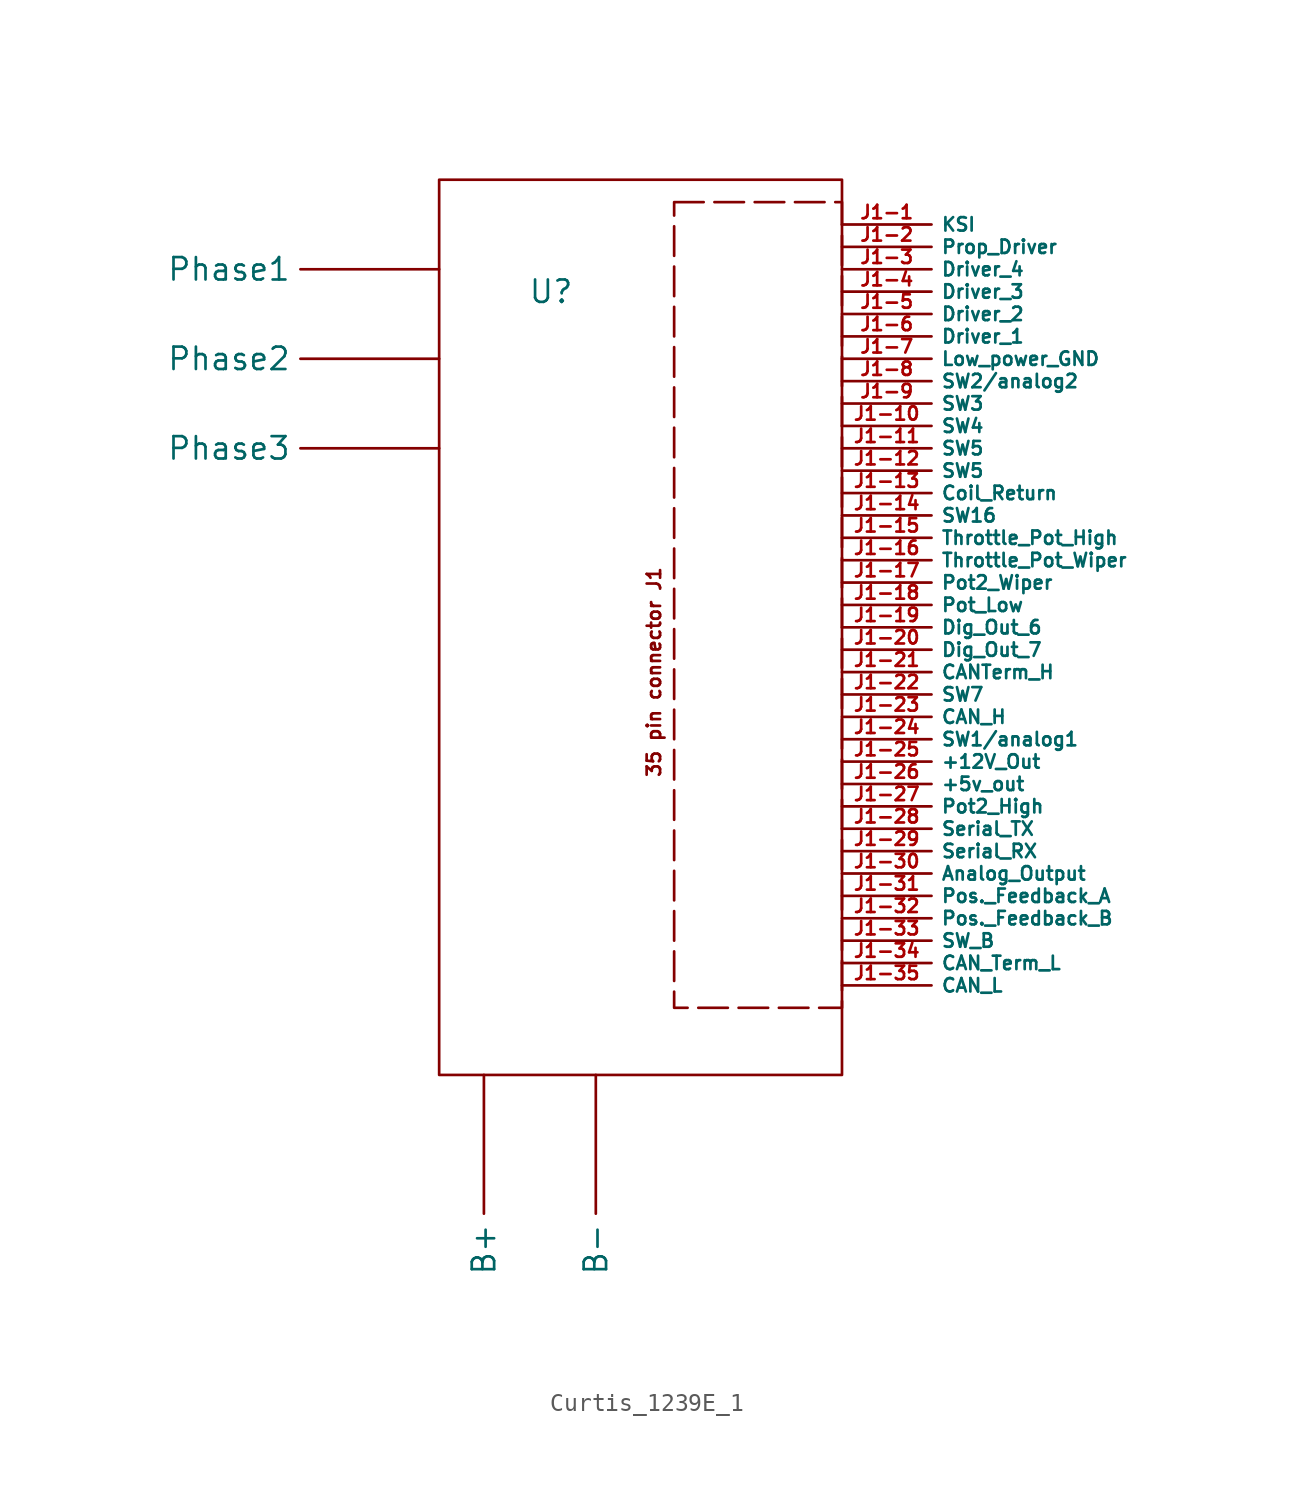
<source format=kicad_sym>
(kicad_symbol_lib
  (version 20241209)
  (generator "kicad_symbol_editor")
  (generator_version "9.0")
  (symbol "Curtis_1239E_1"
    (property "Reference" "U"
      (at 0 0 0)
      (effects (font (size 1.27 1.27))))
    (property "Value" ""
      (at 0 0 0)
      (effects (font (size 1.27 1.27))))
    (property "ki_locked" ""
      (at 0 0 0)
      (effects (font (size 1.27 1.27))))
    (symbol "Curtis_1239E_1_1_1"
      (rectangle (start -6.35 6.35) (end 16.51 -44.45) (stroke (width 0) (type default)) (fill (type none)))
      (rectangle (start 6.985 5.08) (end 16.51 -40.64) (stroke (width 0) (type dash)) (fill (type none)))
      (text "35 pin connector J1" (at 5.842 -21.59 900) (effects (font (size 0.762 0.762))))
      (pin power_out line (at -6.35 1.27 180) (length 7.874) (name "Phase1" (effects (font (size 1.27 1.27)))) (number "" (effects (font (size 1.27 1.27)))))
      (pin power_out line (at -6.35 -3.81 180) (length 7.874) (name "Phase2" (effects (font (size 1.27 1.27)))) (number "" (effects (font (size 1.27 1.27)))))
      (pin power_out line (at -6.35 -8.89 180) (length 7.874) (name "Phase3" (effects (font (size 1.27 1.27)))) (number "" (effects (font (size 1.27 1.27)))))
      (pin power_in line (at -3.81 -44.45 270) (length 7.874) (name "B+" (effects (font (size 1.27 1.27)))) (number "" (effects (font (size 1.27 1.27)))))
      (pin power_in line (at 2.54 -44.45 270) (length 7.874) (name "B-" (effects (font (size 1.27 1.27)))) (number "" (effects (font (size 1.27 1.27)))))
      (pin unspecified line (at 16.51 3.81 0) (length 5.08) (name "KSI" (effects (font (size 0.762 0.762)))) (number "J1-1" (effects (font (size 0.762 0.762)))))
      (pin unspecified line (at 16.51 2.54 0) (length 5.08) (name "Prop_Driver" (effects (font (size 0.762 0.762)))) (number "J1-2" (effects (font (size 0.762 0.762)))))
      (pin unspecified line (at 16.51 1.27 0) (length 5.08) (name "Driver_4" (effects (font (size 0.762 0.762)))) (number "J1-3" (effects (font (size 0.762 0.762)))))
      (pin unspecified line (at 16.51 0 0) (length 5.08) (name "Driver_3" (effects (font (size 0.762 0.762)))) (number "J1-4" (effects (font (size 0.762 0.762)))))
      (pin unspecified line (at 16.51 -1.27 0) (length 5.08) (name "Driver_2" (effects (font (size 0.762 0.762)))) (number "J1-5" (effects (font (size 0.762 0.762)))))
      (pin unspecified line (at 16.51 -2.54 0) (length 5.08) (name "Driver_1" (effects (font (size 0.762 0.762)))) (number "J1-6" (effects (font (size 0.762 0.762)))))
      (pin power_out line (at 16.51 -3.81 0) (length 5.08) (name "Low_power_GND" (effects (font (size 0.762 0.762)))) (number "J1-7" (effects (font (size 0.762 0.762)))))
      (pin unspecified line (at 16.51 -5.08 0) (length 5.08) (name "SW2/analog2" (effects (font (size 0.762 0.762)))) (number "J1-8" (effects (font (size 0.762 0.762)))))
      (pin unspecified line (at 16.51 -6.35 0) (length 5.08) (name "SW3" (effects (font (size 0.762 0.762)))) (number "J1-9" (effects (font (size 0.762 0.762)))))
      (pin unspecified line (at 16.51 -7.62 0) (length 5.08) (name "SW4" (effects (font (size 0.762 0.762)))) (number "J1-10" (effects (font (size 0.762 0.762)))))
      (pin unspecified line (at 16.51 -8.89 0) (length 5.08) (name "SW5" (effects (font (size 0.762 0.762)))) (number "J1-11" (effects (font (size 0.762 0.762)))))
      (pin unspecified line (at 16.51 -10.16 0) (length 5.08) (name "SW5" (effects (font (size 0.762 0.762)))) (number "J1-12" (effects (font (size 0.762 0.762)))))
      (pin unspecified line (at 16.51 -11.43 0) (length 5.08) (name "Coil_Return" (effects (font (size 0.762 0.762)))) (number "J1-13" (effects (font (size 0.762 0.762)))))
      (pin unspecified line (at 16.51 -12.7 0) (length 5.08) (name "SW16" (effects (font (size 0.762 0.762)))) (number "J1-14" (effects (font (size 0.762 0.762)))))
      (pin output line (at 16.51 -13.97 0) (length 5.08) (name "Throttle_Pot_High" (effects (font (size 0.762 0.762)))) (number "J1-15" (effects (font (size 0.762 0.762)))))
      (pin input line (at 16.51 -15.24 0) (length 5.08) (name "Throttle_Pot_Wiper" (effects (font (size 0.762 0.762)))) (number "J1-16" (effects (font (size 0.762 0.762)))))
      (pin unspecified line (at 16.51 -16.51 0) (length 5.08) (name "Pot2_Wiper" (effects (font (size 0.762 0.762)))) (number "J1-17" (effects (font (size 0.762 0.762)))))
      (pin output line (at 16.51 -17.78 0) (length 5.08) (name "Pot_Low" (effects (font (size 0.762 0.762)))) (number "J1-18" (effects (font (size 0.762 0.762)))))
      (pin output line (at 16.51 -19.05 0) (length 5.08) (name "Dig_Out_6" (effects (font (size 0.762 0.762)))) (number "J1-19" (effects (font (size 0.762 0.762)))))
      (pin output line (at 16.51 -20.32 0) (length 5.08) (name "Dig_Out_7" (effects (font (size 0.762 0.762)))) (number "J1-20" (effects (font (size 0.762 0.762)))))
      (pin unspecified line (at 16.51 -21.59 0) (length 5.08) (name "CANTerm_H" (effects (font (size 0.762 0.762)))) (number "J1-21" (effects (font (size 0.762 0.762)))))
      (pin unspecified line (at 16.51 -22.86 0) (length 5.08) (name "SW7" (effects (font (size 0.762 0.762)))) (number "J1-22" (effects (font (size 0.762 0.762)))))
      (pin unspecified line (at 16.51 -24.13 0) (length 5.08) (name "CAN_H" (effects (font (size 0.762 0.762)))) (number "J1-23" (effects (font (size 0.762 0.762)))))
      (pin unspecified line (at 16.51 -25.4 0) (length 5.08) (name "SW1/analog1" (effects (font (size 0.762 0.762)))) (number "J1-24" (effects (font (size 0.762 0.762)))))
      (pin power_out line (at 16.51 -26.67 0) (length 5.08) (name "+12V_Out" (effects (font (size 0.762 0.762)))) (number "J1-25" (effects (font (size 0.762 0.762)))))
      (pin power_out line (at 16.51 -27.94 0) (length 5.08) (name "+5v_out" (effects (font (size 0.762 0.762)))) (number "J1-26" (effects (font (size 0.762 0.762)))))
      (pin output line (at 16.51 -29.21 0) (length 5.08) (name "Pot2_High" (effects (font (size 0.762 0.762)))) (number "J1-27" (effects (font (size 0.762 0.762)))))
      (pin output line (at 16.51 -30.48 0) (length 5.08) (name "Serial_TX" (effects (font (size 0.762 0.762)))) (number "J1-28" (effects (font (size 0.762 0.762)))))
      (pin input line (at 16.51 -31.75 0) (length 5.08) (name "Serial_RX" (effects (font (size 0.762 0.762)))) (number "J1-29" (effects (font (size 0.762 0.762)))))
      (pin output line (at 16.51 -33.02 0) (length 5.08) (name "Analog_Output" (effects (font (size 0.762 0.762)))) (number "J1-30" (effects (font (size 0.762 0.762)))))
      (pin unspecified line (at 16.51 -34.29 0) (length 5.08) (name "Pos._Feedback_A" (effects (font (size 0.762 0.762)))) (number "J1-31" (effects (font (size 0.762 0.762)))))
      (pin unspecified line (at 16.51 -35.56 0) (length 5.08) (name "Pos._Feedback_B" (effects (font (size 0.762 0.762)))) (number "J1-32" (effects (font (size 0.762 0.762)))))
      (pin unspecified line (at 16.51 -36.83 0) (length 5.08) (name "SW_B" (effects (font (size 0.762 0.762)))) (number "J1-33" (effects (font (size 0.762 0.762)))))
      (pin unspecified line (at 16.51 -38.1 0) (length 5.08) (name "CAN_Term_L" (effects (font (size 0.762 0.762)))) (number "J1-34" (effects (font (size 0.762 0.762)))))
      (pin unspecified line (at 16.51 -39.37 0) (length 5.08) (name "CAN_L" (effects (font (size 0.762 0.762)))) (number "J1-35" (effects (font (size 0.762 0.762))))))))
</source>
